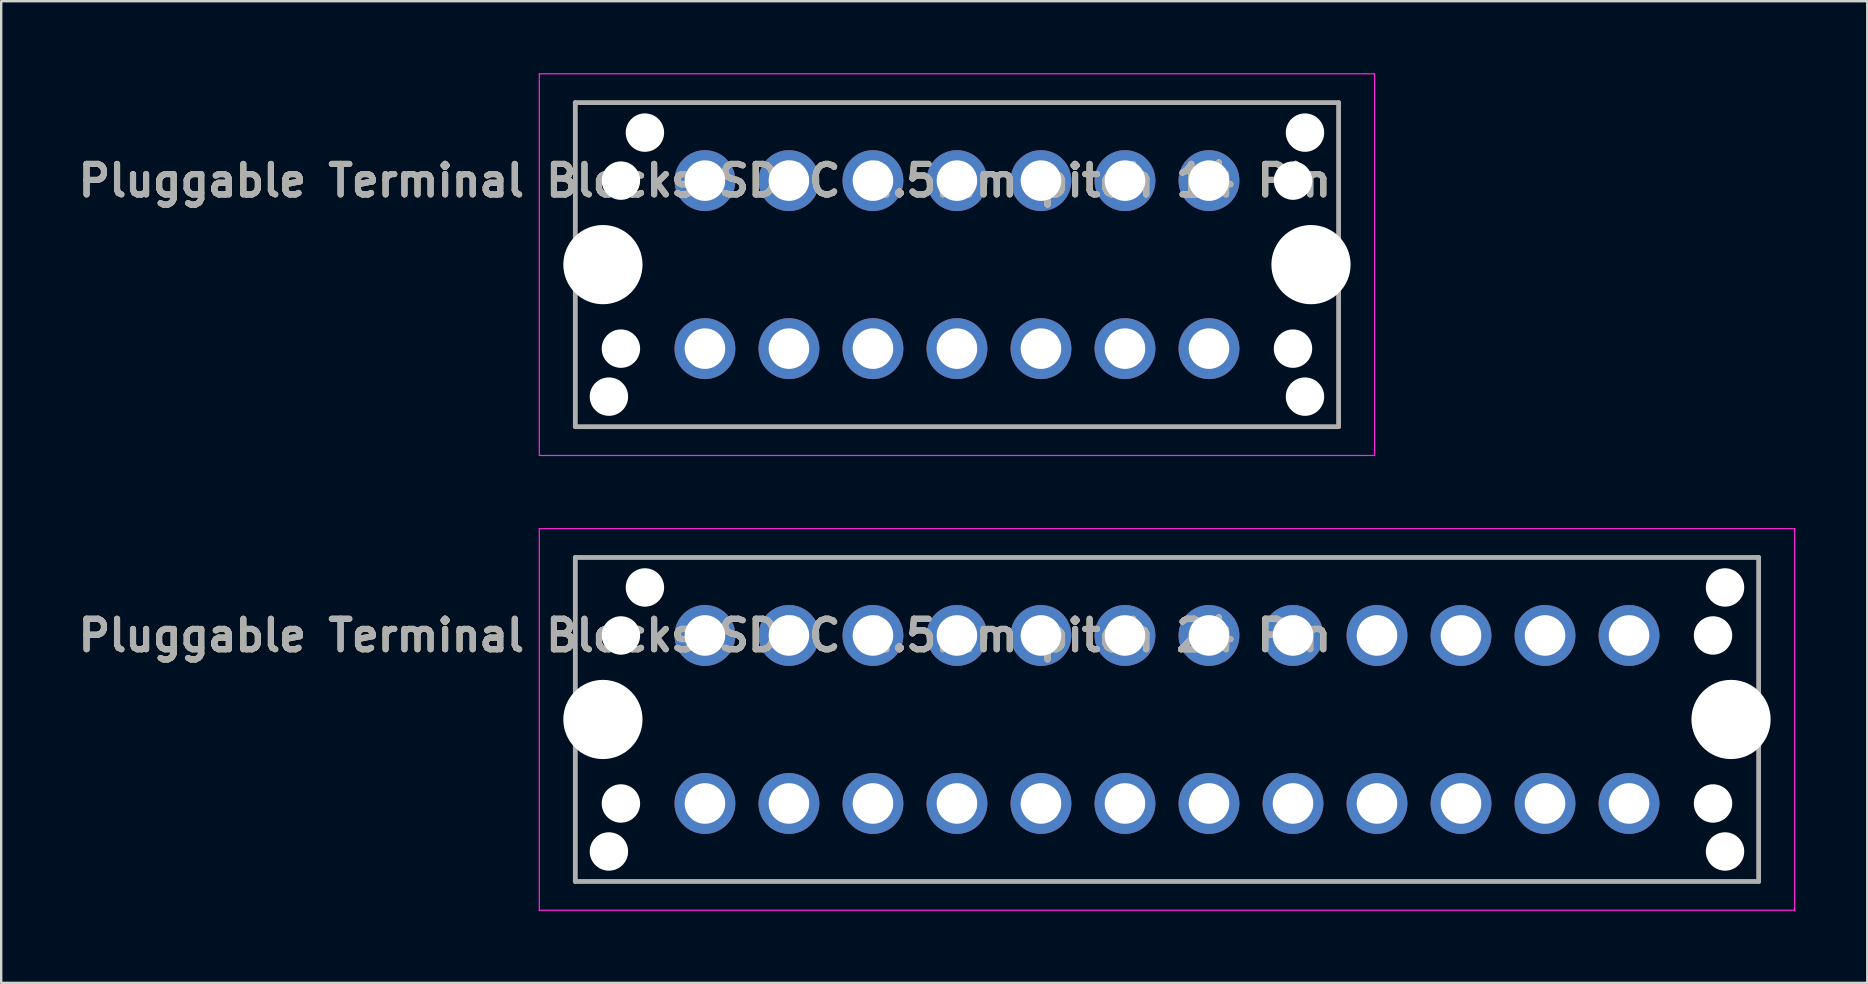
<source format=kicad_pcb>
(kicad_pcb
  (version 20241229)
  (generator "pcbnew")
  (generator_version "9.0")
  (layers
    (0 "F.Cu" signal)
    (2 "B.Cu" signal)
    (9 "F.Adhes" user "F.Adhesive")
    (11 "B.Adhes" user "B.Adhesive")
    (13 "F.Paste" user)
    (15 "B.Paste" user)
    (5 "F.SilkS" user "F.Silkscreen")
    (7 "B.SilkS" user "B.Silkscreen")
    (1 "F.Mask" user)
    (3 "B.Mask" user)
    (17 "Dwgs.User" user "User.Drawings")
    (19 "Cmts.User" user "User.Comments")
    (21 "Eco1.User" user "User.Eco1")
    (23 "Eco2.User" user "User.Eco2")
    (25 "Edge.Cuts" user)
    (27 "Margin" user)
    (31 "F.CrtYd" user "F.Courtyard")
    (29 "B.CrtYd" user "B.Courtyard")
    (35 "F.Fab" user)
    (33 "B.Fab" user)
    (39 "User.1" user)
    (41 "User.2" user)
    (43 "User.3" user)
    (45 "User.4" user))
  (footprint "Pluggable Terminal Blocks SDDC 1.5mm pitch 14 Pin"
    (layer "F.Cu")
    (at 26.319 4.475)
    (property "Reference" "Pluggable Terminal Blocks SDDC 1.5mm pitch 14 Pin" (at 0 0 0) (layer "F.SilkS") (effects (font (size 1.27 1.27) (thickness 0.254))))
    (attr through_hole)
    (fp_line (start -5.4 -3.25) (end 26.4 -3.25) (stroke (width 0.1) (type solid)) (layer "F.SilkS"))
    (fp_line (start 26.4 10.25) (end -5.4 10.25) (stroke (width 0.1) (type solid)) (layer "F.SilkS"))
    (fp_line (start -6.9 -4.45) (end 27.9 -4.45) (stroke (width 0.05) (type solid)) (layer "F.CrtYd"))
    (fp_line (start -6.9 11.45) (end -6.9 -4.45) (stroke (width 0.05) (type solid)) (layer "F.CrtYd"))
    (fp_line (start 27.9 -4.45) (end 27.9 11.45) (stroke (width 0.05) (type solid)) (layer "F.CrtYd"))
    (fp_line (start 27.9 11.45) (end -6.9 11.45) (stroke (width 0.05) (type solid)) (layer "F.CrtYd"))
    (fp_line (start -5.4 -3.25) (end 26.4 -3.25) (stroke (width 0.2) (type solid)) (layer "F.Fab"))
    (fp_line (start -5.4 10.25) (end -5.4 -3.25) (stroke (width 0.2) (type solid)) (layer "F.Fab"))
    (fp_line (start 26.4 -3.25) (end 26.4 10.25) (stroke (width 0.2) (type solid)) (layer "F.Fab"))
    (fp_line (start 26.4 10.25) (end -5.4 10.25) (stroke (width 0.2) (type solid)) (layer "F.Fab"))
    (fp_text user "${REFERENCE}" (at 0 0 0) (layer "F.Fab") (effects (font (size 1.27 1.27) (thickness 0.254))))
    (pad "" np_thru_hole circle (at -4.25 3.5) (size 3.3 3.3) (drill 3.3) (layers "*.Cu" "*.Mask"))
    (pad "" np_thru_hole circle (at -4 9) (size 1.6 1.6) (drill 1.6) (layers "*.Cu" "*.Mask"))
    (pad "" np_thru_hole circle (at -3.5 0) (size 1.6 1.6) (drill 1.6) (layers "*.Cu" "*.Mask"))
    (pad "" np_thru_hole circle (at -3.5 7) (size 1.6 1.6) (drill 1.6) (layers "*.Cu" "*.Mask"))
    (pad "" np_thru_hole circle (at -2.5 -2) (size 1.6 1.6) (drill 1.6) (layers "*.Cu" "*.Mask"))
    (pad "" np_thru_hole circle (at 24.5 0) (size 1.6 1.6) (drill 1.6) (layers "*.Cu" "*.Mask"))
    (pad "" np_thru_hole circle (at 24.5 7) (size 1.6 1.6) (drill 1.6) (layers "*.Cu" "*.Mask"))
    (pad "" np_thru_hole circle (at 25 -2) (size 1.6 1.6) (drill 1.6) (layers "*.Cu" "*.Mask"))
    (pad "" np_thru_hole circle (at 25 9) (size 1.6 1.6) (drill 1.6) (layers "*.Cu" "*.Mask"))
    (pad "" np_thru_hole circle (at 25.25 3.5) (size 3.3 3.3) (drill 3.3) (layers "*.Cu" "*.Mask"))
    (pad "1" thru_hole circle (at 0 0) (size 2.535 2.535) (drill 1.69) (layers "*.Cu" "*.Mask"))
    (pad "2" thru_hole circle (at 3.5 0) (size 2.535 2.535) (drill 1.69) (layers "*.Cu" "*.Mask"))
    (pad "3" thru_hole circle (at 7 0) (size 2.535 2.535) (drill 1.69) (layers "*.Cu" "*.Mask"))
    (pad "4" thru_hole circle (at 10.5 0) (size 2.535 2.535) (drill 1.69) (layers "*.Cu" "*.Mask"))
    (pad "5" thru_hole circle (at 14 0) (size 2.535 2.535) (drill 1.69) (layers "*.Cu" "*.Mask"))
    (pad "6" thru_hole circle (at 17.5 0) (size 2.535 2.535) (drill 1.69) (layers "*.Cu" "*.Mask"))
    (pad "7" thru_hole circle (at 21 0) (size 2.535 2.535) (drill 1.69) (layers "*.Cu" "*.Mask"))
    (pad "8" thru_hole circle (at 0 7) (size 2.535 2.535) (drill 1.69) (layers "*.Cu" "*.Mask"))
    (pad "9" thru_hole circle (at 3.5 7) (size 2.535 2.535) (drill 1.69) (layers "*.Cu" "*.Mask"))
    (pad "10" thru_hole circle (at 7 7) (size 2.535 2.535) (drill 1.69) (layers "*.Cu" "*.Mask"))
    (pad "11" thru_hole circle (at 10.5 7) (size 2.535 2.535) (drill 1.69) (layers "*.Cu" "*.Mask"))
    (pad "12" thru_hole circle (at 14 7) (size 2.535 2.535) (drill 1.69) (layers "*.Cu" "*.Mask"))
    (pad "13" thru_hole circle (at 17.5 7) (size 2.535 2.535) (drill 1.69) (layers "*.Cu" "*.Mask"))
    (pad "14" thru_hole circle (at 21 7) (size 2.535 2.535) (drill 1.69) (layers "*.Cu" "*.Mask")))
  (footprint "Pluggable Terminal Blocks SDDC 1.5mm pitch 24 Pin"
    (layer "F.Cu")
    (at 26.319 23.425)
    (property "Reference" "Pluggable Terminal Blocks SDDC 1.5mm pitch 24 Pin" (at 0 0 0) (layer "F.SilkS") (effects (font (size 1.27 1.27) (thickness 0.254))))
    (attr through_hole)
    (fp_line (start -5.4 -3.25) (end 43.9 -3.25) (stroke (width 0.1) (type solid)) (layer "F.SilkS"))
    (fp_line (start 43.9 10.25) (end -5.4 10.25) (stroke (width 0.1) (type solid)) (layer "F.SilkS"))
    (fp_line (start -6.9 -4.45) (end 45.4 -4.45) (stroke (width 0.05) (type solid)) (layer "F.CrtYd"))
    (fp_line (start -6.9 11.45) (end -6.9 -4.45) (stroke (width 0.05) (type solid)) (layer "F.CrtYd"))
    (fp_line (start 45.4 -4.45) (end 45.4 11.45) (stroke (width 0.05) (type solid)) (layer "F.CrtYd"))
    (fp_line (start 45.4 11.45) (end -6.9 11.45) (stroke (width 0.05) (type solid)) (layer "F.CrtYd"))
    (fp_line (start -5.4 -3.25) (end 43.9 -3.25) (stroke (width 0.2) (type solid)) (layer "F.Fab"))
    (fp_line (start -5.4 10.25) (end -5.4 -3.25) (stroke (width 0.2) (type solid)) (layer "F.Fab"))
    (fp_line (start 43.9 -3.25) (end 43.9 10.25) (stroke (width 0.2) (type solid)) (layer "F.Fab"))
    (fp_line (start 43.9 10.25) (end -5.4 10.25) (stroke (width 0.2) (type solid)) (layer "F.Fab"))
    (fp_text user "${REFERENCE}" (at 0 0 0) (layer "F.Fab") (effects (font (size 1.27 1.27) (thickness 0.254))))
    (pad "" np_thru_hole circle (at -4.25 3.5) (size 3.3 3.3) (drill 3.3) (layers "*.Cu" "*.Mask"))
    (pad "" np_thru_hole circle (at -4 9) (size 1.6 1.6) (drill 1.6) (layers "*.Cu" "*.Mask"))
    (pad "" np_thru_hole circle (at -3.5 0) (size 1.6 1.6) (drill 1.6) (layers "*.Cu" "*.Mask"))
    (pad "" np_thru_hole circle (at -3.5 7) (size 1.6 1.6) (drill 1.6) (layers "*.Cu" "*.Mask"))
    (pad "" np_thru_hole circle (at -2.5 -2) (size 1.6 1.6) (drill 1.6) (layers "*.Cu" "*.Mask"))
    (pad "" np_thru_hole circle (at 42 0) (size 1.6 1.6) (drill 1.6) (layers "*.Cu" "*.Mask"))
    (pad "" np_thru_hole circle (at 42 7) (size 1.6 1.6) (drill 1.6) (layers "*.Cu" "*.Mask"))
    (pad "" np_thru_hole circle (at 42.5 -2) (size 1.6 1.6) (drill 1.6) (layers "*.Cu" "*.Mask"))
    (pad "" np_thru_hole circle (at 42.5 9) (size 1.6 1.6) (drill 1.6) (layers "*.Cu" "*.Mask"))
    (pad "" np_thru_hole circle (at 42.75 3.5) (size 3.3 3.3) (drill 3.3) (layers "*.Cu" "*.Mask"))
    (pad "1" thru_hole circle (at 0 0) (size 2.535 2.535) (drill 1.69) (layers "*.Cu" "*.Mask"))
    (pad "2" thru_hole circle (at 3.5 0) (size 2.535 2.535) (drill 1.69) (layers "*.Cu" "*.Mask"))
    (pad "3" thru_hole circle (at 7 0) (size 2.535 2.535) (drill 1.69) (layers "*.Cu" "*.Mask"))
    (pad "4" thru_hole circle (at 10.5 0) (size 2.535 2.535) (drill 1.69) (layers "*.Cu" "*.Mask"))
    (pad "5" thru_hole circle (at 14 0) (size 2.535 2.535) (drill 1.69) (layers "*.Cu" "*.Mask"))
    (pad "6" thru_hole circle (at 17.5 0) (size 2.535 2.535) (drill 1.69) (layers "*.Cu" "*.Mask"))
    (pad "7" thru_hole circle (at 21 0) (size 2.535 2.535) (drill 1.69) (layers "*.Cu" "*.Mask"))
    (pad "8" thru_hole circle (at 24.5 0) (size 2.535 2.535) (drill 1.69) (layers "*.Cu" "*.Mask"))
    (pad "9" thru_hole circle (at 28 0) (size 2.535 2.535) (drill 1.69) (layers "*.Cu" "*.Mask"))
    (pad "10" thru_hole circle (at 31.5 0) (size 2.535 2.535) (drill 1.69) (layers "*.Cu" "*.Mask"))
    (pad "11" thru_hole circle (at 35 0) (size 2.535 2.535) (drill 1.69) (layers "*.Cu" "*.Mask"))
    (pad "12" thru_hole circle (at 38.5 0) (size 2.535 2.535) (drill 1.69) (layers "*.Cu" "*.Mask"))
    (pad "13" thru_hole circle (at 0 7) (size 2.535 2.535) (drill 1.69) (layers "*.Cu" "*.Mask"))
    (pad "14" thru_hole circle (at 3.5 7) (size 2.535 2.535) (drill 1.69) (layers "*.Cu" "*.Mask"))
    (pad "15" thru_hole circle (at 7 7) (size 2.535 2.535) (drill 1.69) (layers "*.Cu" "*.Mask"))
    (pad "16" thru_hole circle (at 10.5 7) (size 2.535 2.535) (drill 1.69) (layers "*.Cu" "*.Mask"))
    (pad "17" thru_hole circle (at 14 7) (size 2.535 2.535) (drill 1.69) (layers "*.Cu" "*.Mask"))
    (pad "18" thru_hole circle (at 17.5 7) (size 2.535 2.535) (drill 1.69) (layers "*.Cu" "*.Mask"))
    (pad "19" thru_hole circle (at 21 7) (size 2.535 2.535) (drill 1.69) (layers "*.Cu" "*.Mask"))
    (pad "20" thru_hole circle (at 24.5 7) (size 2.535 2.535) (drill 1.69) (layers "*.Cu" "*.Mask"))
    (pad "21" thru_hole circle (at 28 7) (size 2.535 2.535) (drill 1.69) (layers "*.Cu" "*.Mask"))
    (pad "22" thru_hole circle (at 31.5 7) (size 2.535 2.535) (drill 1.69) (layers "*.Cu" "*.Mask"))
    (pad "23" thru_hole circle (at 35 7) (size 2.535 2.535) (drill 1.69) (layers "*.Cu" "*.Mask"))
    (pad "24" thru_hole circle (at 38.5 7) (size 2.535 2.535) (drill 1.69) (layers "*.Cu" "*.Mask")))
  (gr_rect
    (start -3 -3)
    (end 74.744 37.9)
    (stroke (width 0.1) (type default))
    (fill no)
    (layer "Edge.Cuts")))
</source>
